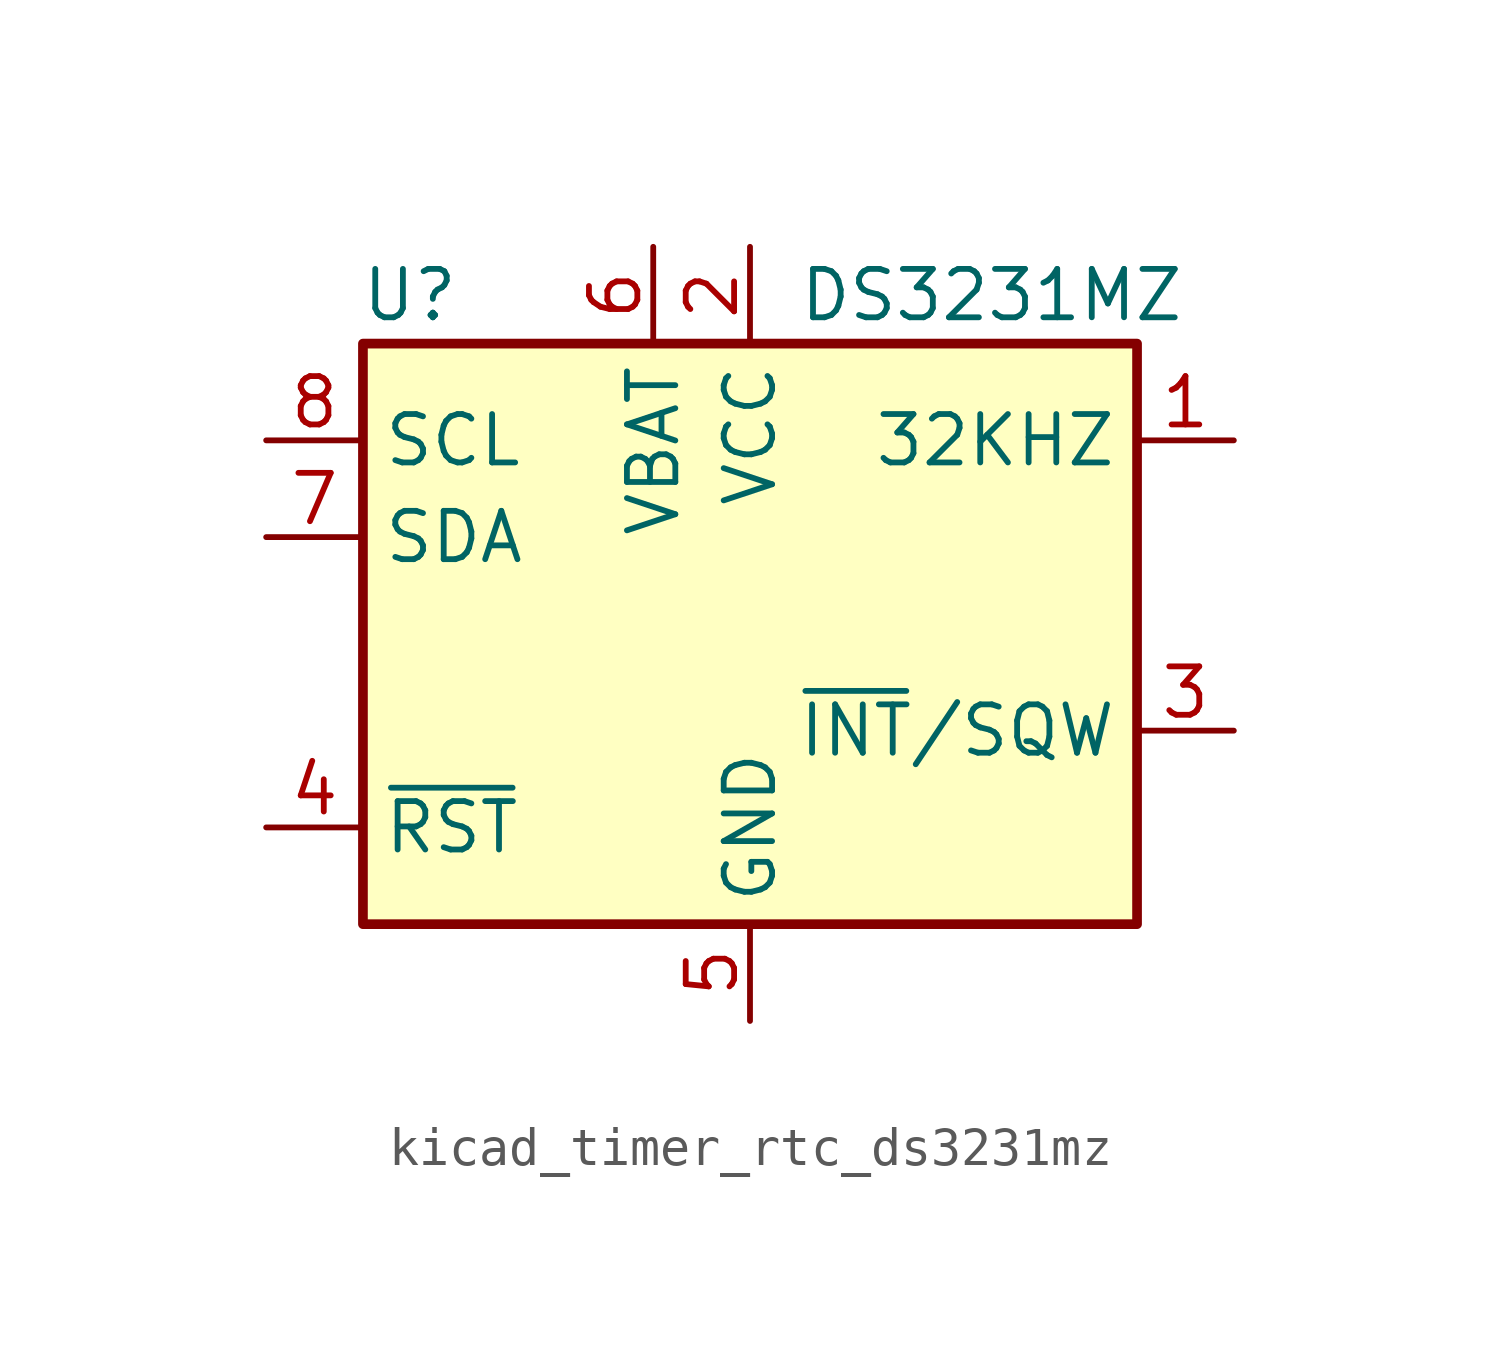
<source format=kicad_sym>
(kicad_symbol_lib
  (version 20220914)
  (generator kicad_symbol_editor)
  (symbol "kicad_timer_rtc_ds3231mz"
    (property "Reference" "U"
      (at -7.62 8.89 0)
      (effects (font (size 1.27 1.27)) (justify right)))
    (property "Value" "DS3231MZ"
      (at 11.43 8.89 0)
      (effects (font (size 1.27 1.27)) (justify right)))
    (symbol "kicad_timer_rtc_ds3231mz_0_1"
      (rectangle (start -10.16 7.62) (end 10.16 -7.62) (stroke (width 0.254) (type default)) (fill (type background))))
    (symbol "kicad_timer_rtc_ds3231mz_1_1"
      (pin open_collector line (at 12.7 5.08 180) (length 2.54) (name "32KHZ" (effects (font (size 1.27 1.27)))) (number "1" (effects (font (size 1.27 1.27)))))
      (pin power_in line (at 0 10.16 270) (length 2.54) (name "VCC" (effects (font (size 1.27 1.27)))) (number "2" (effects (font (size 1.27 1.27)))))
      (pin open_collector line (at 12.7 -2.54 180) (length 2.54) (name "~{INT}/SQW" (effects (font (size 1.27 1.27)))) (number "3" (effects (font (size 1.27 1.27)))))
      (pin bidirectional line (at -12.7 -5.08 0) (length 2.54) (name "~{RST}" (effects (font (size 1.27 1.27)))) (number "4" (effects (font (size 1.27 1.27)))))
      (pin power_in line (at 0 -10.16 90) (length 2.54) (name "GND" (effects (font (size 1.27 1.27)))) (number "5" (effects (font (size 1.27 1.27)))))
      (pin power_in line (at -2.54 10.16 270) (length 2.54) (name "VBAT" (effects (font (size 1.27 1.27)))) (number "6" (effects (font (size 1.27 1.27)))))
      (pin bidirectional line (at -12.7 2.54 0) (length 2.54) (name "SDA" (effects (font (size 1.27 1.27)))) (number "7" (effects (font (size 1.27 1.27)))))
      (pin input line (at -12.7 5.08 0) (length 2.54) (name "SCL" (effects (font (size 1.27 1.27)))) (number "8" (effects (font (size 1.27 1.27))))))))
</source>
